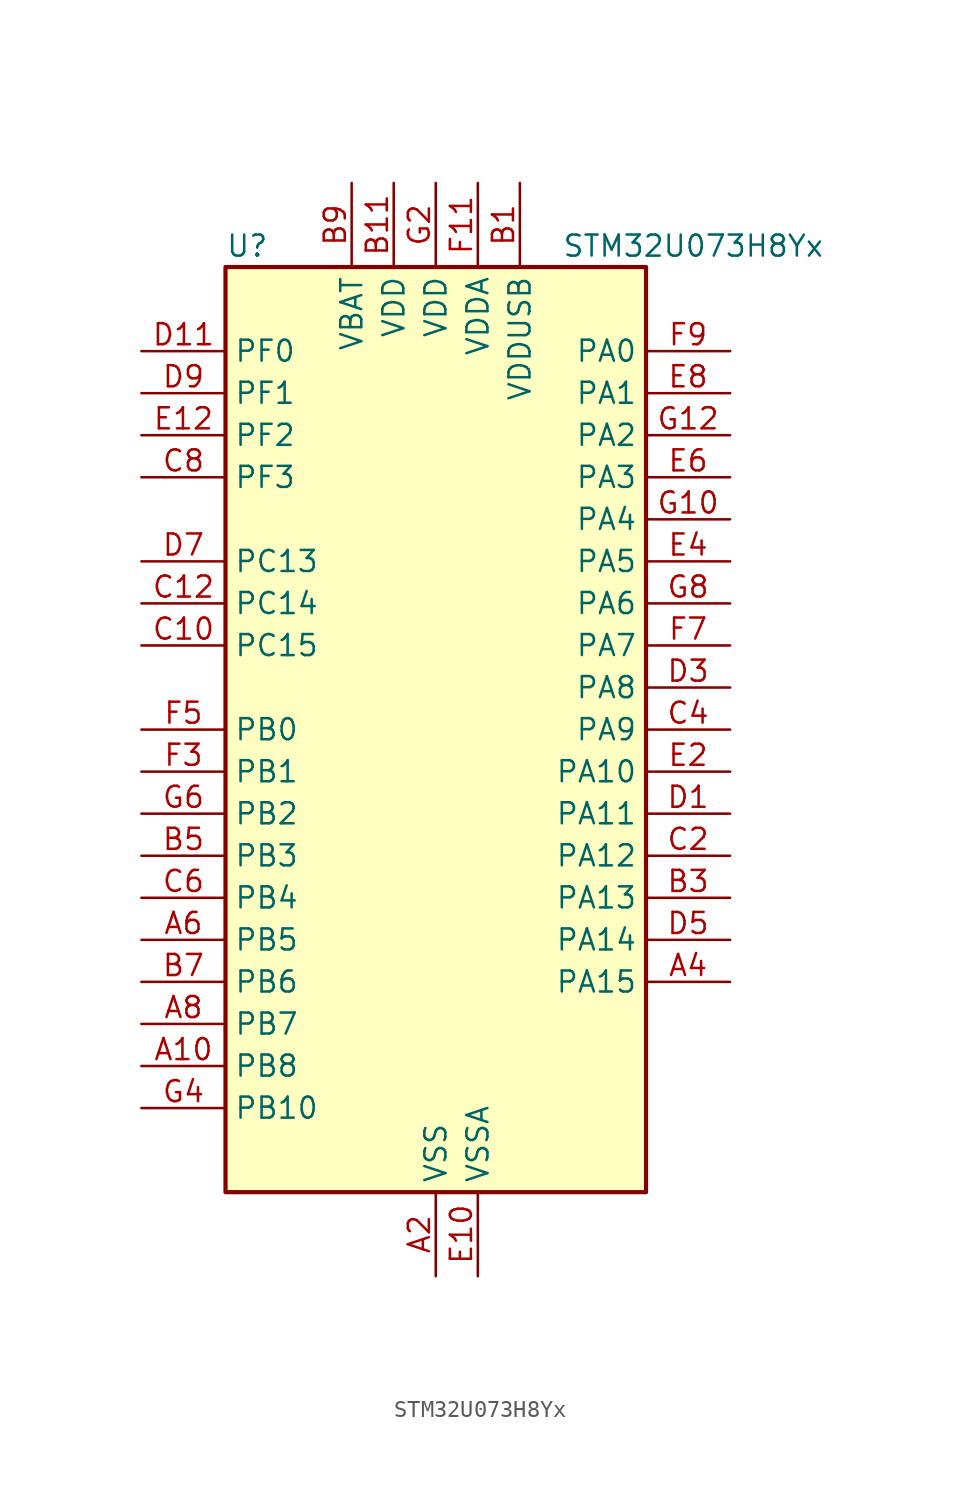
<source format=kicad_sym>
(kicad_symbol_lib
  (version 20241209)
  (generator "kicad_symbol_editor")
  (generator_version "9.0")
  (symbol "STM32U073H8Yx"
    (property "Reference" "U"
      (at -12.7 29.21 0)
      (effects (font (size 1.27 1.27)) (justify left)))
    (property "Value" "STM32U073H8Yx"
      (at 7.62 29.21 0)
      (effects (font (size 1.27 1.27)) (justify left)))
    (symbol "STM32U073H8Yx_0_1"
      (rectangle (start -12.7 -27.94) (end 12.7 27.94) (stroke (width 0.254) (type default)) (fill (type background))))
    (symbol "STM32U073H8Yx_1_1"
      (pin bidirectional line (at -17.78 22.86 0) (length 5.08) (name "PF0" (effects (font (size 1.27 1.27)))) (number "D11" (effects (font (size 1.27 1.27)))) (alternate "RCC_OSC_IN" bidirectional line))
      (pin bidirectional line (at -17.78 20.32 0) (length 5.08) (name "PF1" (effects (font (size 1.27 1.27)))) (number "D9" (effects (font (size 1.27 1.27)))) (alternate "RCC_OSC_EN" bidirectional line) (alternate "RCC_OSC_OUT" bidirectional line))
      (pin bidirectional line (at -17.78 17.78 0) (length 5.08) (name "PF2" (effects (font (size 1.27 1.27)))) (number "E12" (effects (font (size 1.27 1.27)))) (alternate "RCC_MCO" bidirectional line))
      (pin bidirectional line (at -17.78 15.24 0) (length 5.08) (name "PF3" (effects (font (size 1.27 1.27)))) (number "C8" (effects (font (size 1.27 1.27)))))
      (pin bidirectional line (at -17.78 10.16 0) (length 5.08) (name "PC13" (effects (font (size 1.27 1.27)))) (number "D7" (effects (font (size 1.27 1.27)))) (alternate "LPTIM1_CH3" bidirectional line) (alternate "LPTIM3_CH3" bidirectional line) (alternate "PWR_WKUP2" bidirectional line) (alternate "RTC_OUT1" bidirectional line) (alternate "RTC_TS" bidirectional line) (alternate "TAMP_IN1" bidirectional line))
      (pin bidirectional line (at -17.78 7.62 0) (length 5.08) (name "PC14" (effects (font (size 1.27 1.27)))) (number "C12" (effects (font (size 1.27 1.27)))) (alternate "RCC_OSC32_IN" bidirectional line))
      (pin bidirectional line (at -17.78 5.08 0) (length 5.08) (name "PC15" (effects (font (size 1.27 1.27)))) (number "C10" (effects (font (size 1.27 1.27)))) (alternate "RCC_OSC32_EN" bidirectional line) (alternate "RCC_OSC32_OUT" bidirectional line) (alternate "RCC_OSC_EN" bidirectional line))
      (pin bidirectional line (at -17.78 0 0) (length 5.08) (name "PB0" (effects (font (size 1.27 1.27)))) (number "F5" (effects (font (size 1.27 1.27)))) (alternate "ADC1_IN17" bidirectional line) (alternate "COMP1_OUT" bidirectional line) (alternate "LCD_SEG5" bidirectional line) (alternate "LPTIM3_CH1" bidirectional line) (alternate "LPUART2_CTS" bidirectional line) (alternate "SPI1_NSS" bidirectional line) (alternate "TIM1_CH2N" bidirectional line) (alternate "TIM3_CH3" bidirectional line) (alternate "TSC_G5_IO2" bidirectional line) (alternate "USART3_CK" bidirectional line))
      (pin bidirectional line (at -17.78 -2.54 0) (length 5.08) (name "PB1" (effects (font (size 1.27 1.27)))) (number "F3" (effects (font (size 1.27 1.27)))) (alternate "ADC1_IN18" bidirectional line) (alternate "COMP1_INM" bidirectional line) (alternate "LCD_SEG6" bidirectional line) (alternate "LPTIM2_IN1" bidirectional line) (alternate "LPTIM3_CH2" bidirectional line) (alternate "LPUART1_DE" bidirectional line) (alternate "LPUART1_RTS" bidirectional line) (alternate "LPUART2_DE" bidirectional line) (alternate "LPUART2_RTS" bidirectional line) (alternate "TIM1_CH3N" bidirectional line) (alternate "TIM3_CH4" bidirectional line) (alternate "TSC_SYNC" bidirectional line) (alternate "USART3_DE" bidirectional line) (alternate "USART3_RTS" bidirectional line))
      (pin bidirectional line (at -17.78 -5.08 0) (length 5.08) (name "PB2" (effects (font (size 1.27 1.27)))) (number "G6" (effects (font (size 1.27 1.27)))) (alternate "COMP1_INP" bidirectional line) (alternate "LCD_VLCD" bidirectional line) (alternate "LPTIM1_CH1" bidirectional line) (alternate "RTC_OUT2" bidirectional line))
      (pin bidirectional line (at -17.78 -7.62 0) (length 5.08) (name "PB3" (effects (font (size 1.27 1.27)))) (number "B5" (effects (font (size 1.27 1.27)))) (alternate "COMP2_INM" bidirectional line) (alternate "DEBUG_JTDO-SWO" bidirectional line) (alternate "I2C2_SCL" bidirectional line) (alternate "I2C3_SCL" bidirectional line) (alternate "LCD_SEG7" bidirectional line) (alternate "LPTIM1_CH3" bidirectional line) (alternate "SPI1_SCK" bidirectional line) (alternate "SPI3_SCK" bidirectional line) (alternate "TIM2_CH2" bidirectional line) (alternate "USART1_DE" bidirectional line) (alternate "USART1_RTS" bidirectional line))
      (pin bidirectional line (at -17.78 -10.16 0) (length 5.08) (name "PB4" (effects (font (size 1.27 1.27)))) (number "C6" (effects (font (size 1.27 1.27)))) (alternate "COMP2_INP" bidirectional line) (alternate "I2C2_SDA" bidirectional line) (alternate "I2C3_SDA" bidirectional line) (alternate "LCD_SEG8" bidirectional line) (alternate "LPTIM1_CH4" bidirectional line) (alternate "LPUART3_DE" bidirectional line) (alternate "LPUART3_RTS" bidirectional line) (alternate "SPI1_MISO" bidirectional line) (alternate "SPI3_MISO" bidirectional line) (alternate "TIM3_CH1" bidirectional line) (alternate "TSC_G2_IO1" bidirectional line) (alternate "USART1_CTS" bidirectional line))
      (pin bidirectional line (at -17.78 -12.7 0) (length 5.08) (name "PB5" (effects (font (size 1.27 1.27)))) (number "A6" (effects (font (size 1.27 1.27)))) (alternate "COMP2_OUT" bidirectional line) (alternate "LCD_SEG9" bidirectional line) (alternate "LPTIM1_IN1" bidirectional line) (alternate "LPUART3_CTS" bidirectional line) (alternate "SPI1_MOSI" bidirectional line) (alternate "SPI3_MOSI" bidirectional line) (alternate "TIM16_BKIN" bidirectional line) (alternate "TIM3_CH2" bidirectional line) (alternate "TSC_G2_IO2" bidirectional line) (alternate "USART1_CK" bidirectional line))
      (pin bidirectional line (at -17.78 -15.24 0) (length 5.08) (name "PB6" (effects (font (size 1.27 1.27)))) (number "B7" (effects (font (size 1.27 1.27)))) (alternate "COMP2_INP" bidirectional line) (alternate "I2C1_SCL" bidirectional line) (alternate "I2C2_SCL" bidirectional line) (alternate "I2C4_SCL" bidirectional line) (alternate "LPTIM1_ETR" bidirectional line) (alternate "LPUART2_TX" bidirectional line) (alternate "LPUART3_TX" bidirectional line) (alternate "TIM16_CH1N" bidirectional line) (alternate "TSC_G2_IO3" bidirectional line) (alternate "USART1_TX" bidirectional line))
      (pin bidirectional line (at -17.78 -17.78 0) (length 5.08) (name "PB7" (effects (font (size 1.27 1.27)))) (number "A8" (effects (font (size 1.27 1.27)))) (alternate "COMP2_INM" bidirectional line) (alternate "I2C1_SDA" bidirectional line) (alternate "I2C2_SDA" bidirectional line) (alternate "I2C4_SDA" bidirectional line) (alternate "LCD_SEG21" bidirectional line) (alternate "LPTIM1_IN2" bidirectional line) (alternate "LPUART2_RX" bidirectional line) (alternate "LPUART3_RX" bidirectional line) (alternate "PWR_PVD_IN" bidirectional line) (alternate "TSC_G2_IO4" bidirectional line) (alternate "USART1_RX" bidirectional line) (alternate "USART4_CTS" bidirectional line))
      (pin bidirectional line (at -17.78 -20.32 0) (length 5.08) (name "PB8" (effects (font (size 1.27 1.27)))) (number "A10" (effects (font (size 1.27 1.27)))) (alternate "I2C1_SCL" bidirectional line) (alternate "I2C2_SCL" bidirectional line) (alternate "LCD_SEG16" bidirectional line) (alternate "LPTIM1_IN2" bidirectional line) (alternate "LPTIM3_IN2" bidirectional line) (alternate "TIM16_CH1" bidirectional line) (alternate "USART3_TX" bidirectional line))
      (pin bidirectional line (at -17.78 -22.86 0) (length 5.08) (name "PB10" (effects (font (size 1.27 1.27)))) (number "G4" (effects (font (size 1.27 1.27)))) (alternate "COMP1_OUT" bidirectional line) (alternate "I2C2_SCL" bidirectional line) (alternate "I2C4_SCL" bidirectional line) (alternate "LCD_SEG10" bidirectional line) (alternate "LPTIM3_CH1" bidirectional line) (alternate "LPUART1_RX" bidirectional line) (alternate "LPUART2_RX" bidirectional line) (alternate "SPI2_SCK" bidirectional line) (alternate "TIM2_CH3" bidirectional line) (alternate "TSC_G5_IO3" bidirectional line) (alternate "USART3_TX" bidirectional line))
      (pin power_in line (at -5.08 33.02 270) (length 5.08) (name "VBAT" (effects (font (size 1.27 1.27)))) (number "B9" (effects (font (size 1.27 1.27)))))
      (pin power_in line (at -2.54 33.02 270) (length 5.08) (name "VDD" (effects (font (size 1.27 1.27)))) (number "B11" (effects (font (size 1.27 1.27)))))
      (pin power_in line (at 0 33.02 270) (length 5.08) (name "VDD" (effects (font (size 1.27 1.27)))) (number "G2" (effects (font (size 1.27 1.27)))))
      (pin passive line (at 0 -33.02 90) (length 5.08) (hide yes) (name "VSS" (effects (font (size 1.27 1.27)))) (number "A12" (effects (font (size 1.27 1.27)))))
      (pin power_in line (at 0 -33.02 90) (length 5.08) (name "VSS" (effects (font (size 1.27 1.27)))) (number "A2" (effects (font (size 1.27 1.27)))))
      (pin passive line (at 0 -33.02 90) (length 5.08) (hide yes) (name "VSS" (effects (font (size 1.27 1.27)))) (number "F1" (effects (font (size 1.27 1.27)))))
      (pin power_in line (at 2.54 33.02 270) (length 5.08) (name "VDDA" (effects (font (size 1.27 1.27)))) (number "F11" (effects (font (size 1.27 1.27)))))
      (pin power_in line (at 2.54 -33.02 90) (length 5.08) (name "VSSA" (effects (font (size 1.27 1.27)))) (number "E10" (effects (font (size 1.27 1.27)))))
      (pin power_in line (at 5.08 33.02 270) (length 5.08) (name "VDDUSB" (effects (font (size 1.27 1.27)))) (number "B1" (effects (font (size 1.27 1.27)))))
      (pin bidirectional line (at 17.78 22.86 180) (length 5.08) (name "PA0" (effects (font (size 1.27 1.27)))) (number "F9" (effects (font (size 1.27 1.27)))) (alternate "ADC1_IN4" bidirectional line) (alternate "COMP1_INM" bidirectional line) (alternate "COMP1_OUT" bidirectional line) (alternate "LCD_SEG42" bidirectional line) (alternate "OPAMP1_VINP" bidirectional line) (alternate "PWR_WKUP1" bidirectional line) (alternate "TAMP_IN2" bidirectional line) (alternate "TIM2_CH1" bidirectional line) (alternate "TIM2_ETR" bidirectional line) (alternate "USART2_CTS" bidirectional line) (alternate "USART4_TX" bidirectional line))
      (pin bidirectional line (at 17.78 20.32 180) (length 5.08) (name "PA1" (effects (font (size 1.27 1.27)))) (number "E8" (effects (font (size 1.27 1.27)))) (alternate "ADC1_IN5" bidirectional line) (alternate "COMP1_INP" bidirectional line) (alternate "LCD_SEG0" bidirectional line) (alternate "LPTIM1_CH2" bidirectional line) (alternate "OPAMP1_VINM" bidirectional line) (alternate "PWR_WKUP3" bidirectional line) (alternate "SPI1_SCK" bidirectional line) (alternate "SPI2_SCK" bidirectional line) (alternate "TAMP_IN5" bidirectional line) (alternate "TIM15_CH1N" bidirectional line) (alternate "TIM2_CH2" bidirectional line) (alternate "USART2_DE" bidirectional line) (alternate "USART2_RTS" bidirectional line) (alternate "USART4_RX" bidirectional line))
      (pin bidirectional line (at 17.78 17.78 180) (length 5.08) (name "PA2" (effects (font (size 1.27 1.27)))) (number "G12" (effects (font (size 1.27 1.27)))) (alternate "ADC1_IN6" bidirectional line) (alternate "COMP2_INM" bidirectional line) (alternate "COMP2_OUT" bidirectional line) (alternate "LCD_SEG1" bidirectional line) (alternate "LPUART1_TX" bidirectional line) (alternate "PWR_WKUP4" bidirectional line) (alternate "RCC_LSCO" bidirectional line) (alternate "TIM15_CH1" bidirectional line) (alternate "TIM2_CH3" bidirectional line) (alternate "USART2_TX" bidirectional line))
      (pin bidirectional line (at 17.78 15.24 180) (length 5.08) (name "PA3" (effects (font (size 1.27 1.27)))) (number "E6" (effects (font (size 1.27 1.27)))) (alternate "ADC1_IN7" bidirectional line) (alternate "COMP2_INP" bidirectional line) (alternate "LCD_SEG2" bidirectional line) (alternate "LPUART1_RX" bidirectional line) (alternate "OPAMP1_VOUT" bidirectional line) (alternate "TIM15_CH2" bidirectional line) (alternate "TIM2_CH4" bidirectional line) (alternate "USART2_RX" bidirectional line))
      (pin bidirectional line (at 17.78 12.7 180) (length 5.08) (name "PA4" (effects (font (size 1.27 1.27)))) (number "G10" (effects (font (size 1.27 1.27)))) (alternate "ADC1_IN8" bidirectional line) (alternate "COMP1_INM" bidirectional line) (alternate "COMP2_INM" bidirectional line) (alternate "DAC1_OUT1" bidirectional line) (alternate "LCD_SEG43" bidirectional line) (alternate "LPTIM2_CH1" bidirectional line) (alternate "LPUART3_TX" bidirectional line) (alternate "SPI1_NSS" bidirectional line) (alternate "SPI3_NSS" bidirectional line) (alternate "USART2_CK" bidirectional line))
      (pin bidirectional line (at 17.78 10.16 180) (length 5.08) (name "PA5" (effects (font (size 1.27 1.27)))) (number "E4" (effects (font (size 1.27 1.27)))) (alternate "ADC1_IN9" bidirectional line) (alternate "COMP1_INM" bidirectional line) (alternate "COMP2_INM" bidirectional line) (alternate "LCD_SEG44" bidirectional line) (alternate "LPTIM2_ETR" bidirectional line) (alternate "LPUART3_RX" bidirectional line) (alternate "SPI1_SCK" bidirectional line) (alternate "TIM2_CH1" bidirectional line) (alternate "TIM2_ETR" bidirectional line) (alternate "USART3_TX" bidirectional line))
      (pin bidirectional line (at 17.78 7.62 180) (length 5.08) (name "PA6" (effects (font (size 1.27 1.27)))) (number "G8" (effects (font (size 1.27 1.27)))) (alternate "ADC1_IN10" bidirectional line) (alternate "COMP1_OUT" bidirectional line) (alternate "I2C2_SDA" bidirectional line) (alternate "I2C3_SDA" bidirectional line) (alternate "LCD_SEG3" bidirectional line) (alternate "LPUART1_CTS" bidirectional line) (alternate "SPI1_MISO" bidirectional line) (alternate "TIM16_CH1" bidirectional line) (alternate "TIM1_BKIN" bidirectional line) (alternate "TIM3_CH1" bidirectional line) (alternate "TSC_G5_IO1" bidirectional line) (alternate "USART3_CTS" bidirectional line))
      (pin bidirectional line (at 17.78 5.08 180) (length 5.08) (name "PA7" (effects (font (size 1.27 1.27)))) (number "F7" (effects (font (size 1.27 1.27)))) (alternate "ADC1_IN14" bidirectional line) (alternate "COMP2_OUT" bidirectional line) (alternate "I2C2_SCL" bidirectional line) (alternate "I2C3_SCL" bidirectional line) (alternate "LCD_SEG4" bidirectional line) (alternate "LPTIM2_CH2" bidirectional line) (alternate "SPI1_MOSI" bidirectional line) (alternate "TIM1_CH1N" bidirectional line) (alternate "TIM3_CH2" bidirectional line) (alternate "USART3_RX" bidirectional line))
      (pin bidirectional line (at 17.78 2.54 180) (length 5.08) (name "PA8" (effects (font (size 1.27 1.27)))) (number "D3" (effects (font (size 1.27 1.27)))) (alternate "LCD_COM0" bidirectional line) (alternate "LPTIM2_CH1" bidirectional line) (alternate "RCC_MCO" bidirectional line) (alternate "RCC_MCO2" bidirectional line) (alternate "TIM1_CH1" bidirectional line) (alternate "TSC_G7_IO1" bidirectional line) (alternate "USART1_CK" bidirectional line))
      (pin bidirectional line (at 17.78 0 180) (length 5.08) (name "PA9" (effects (font (size 1.27 1.27)))) (number "C4" (effects (font (size 1.27 1.27)))) (alternate "COMP1_INP" bidirectional line) (alternate "DAC1_EXTI9" bidirectional line) (alternate "I2C1_SCL" bidirectional line) (alternate "I2C2_SCL" bidirectional line) (alternate "LCD_COM1" bidirectional line) (alternate "RCC_MCO" bidirectional line) (alternate "TIM15_BKIN" bidirectional line) (alternate "TIM1_CH2" bidirectional line) (alternate "TSC_G7_IO2" bidirectional line) (alternate "USART1_TX" bidirectional line))
      (pin bidirectional line (at 17.78 -2.54 180) (length 5.08) (name "PA10" (effects (font (size 1.27 1.27)))) (number "E2" (effects (font (size 1.27 1.27)))) (alternate "CRS_SYNC" bidirectional line) (alternate "I2C1_SDA" bidirectional line) (alternate "I2C2_SDA" bidirectional line) (alternate "LCD_COM2" bidirectional line) (alternate "RCC_MCO2" bidirectional line) (alternate "SPI2_NSS" bidirectional line) (alternate "TIM1_CH3" bidirectional line) (alternate "TSC_G7_IO3" bidirectional line) (alternate "USART1_RX" bidirectional line))
      (pin bidirectional line (at 17.78 -5.08 180) (length 5.08) (name "PA11" (effects (font (size 1.27 1.27)))) (number "D1" (effects (font (size 1.27 1.27)))) (alternate "ADC1_EXTI11" bidirectional line) (alternate "COMP1_OUT" bidirectional line) (alternate "SPI1_MISO" bidirectional line) (alternate "SPI2_MISO" bidirectional line) (alternate "TIM1_BKIN2" bidirectional line) (alternate "TIM1_CH4" bidirectional line) (alternate "USART1_CTS" bidirectional line) (alternate "USB_DM" bidirectional line))
      (pin bidirectional line (at 17.78 -7.62 180) (length 5.08) (name "PA12" (effects (font (size 1.27 1.27)))) (number "C2" (effects (font (size 1.27 1.27)))) (alternate "SPI1_MOSI" bidirectional line) (alternate "SPI2_MOSI" bidirectional line) (alternate "TIM1_ETR" bidirectional line) (alternate "USART1_DE" bidirectional line) (alternate "USART1_RTS" bidirectional line) (alternate "USB_DP" bidirectional line))
      (pin bidirectional line (at 17.78 -10.16 180) (length 5.08) (name "PA13" (effects (font (size 1.27 1.27)))) (number "B3" (effects (font (size 1.27 1.27)))) (alternate "DEBUG_JTMS-SWDIO" bidirectional line) (alternate "IR_OUT" bidirectional line) (alternate "LCD_SEG40" bidirectional line) (alternate "TSC_G7_IO4" bidirectional line) (alternate "USB_NOE" bidirectional line))
      (pin bidirectional line (at 17.78 -12.7 180) (length 5.08) (name "PA14" (effects (font (size 1.27 1.27)))) (number "D5" (effects (font (size 1.27 1.27)))) (alternate "DEBUG_JTCK-SWCLK" bidirectional line) (alternate "LCD_SEG41" bidirectional line) (alternate "LPTIM1_CH1" bidirectional line) (alternate "TSC_G3_IO4" bidirectional line))
      (pin bidirectional line (at 17.78 -15.24 180) (length 5.08) (name "PA15" (effects (font (size 1.27 1.27)))) (number "A4" (effects (font (size 1.27 1.27)))) (alternate "DEBUG_JTDI" bidirectional line) (alternate "LCD_SEG17" bidirectional line) (alternate "LPTIM3_CH3" bidirectional line) (alternate "LPTIM3_IN2" bidirectional line) (alternate "SPI1_NSS" bidirectional line) (alternate "SPI3_NSS" bidirectional line) (alternate "TIM2_CH1" bidirectional line) (alternate "TIM2_ETR" bidirectional line) (alternate "TSC_G3_IO1" bidirectional line) (alternate "USART2_RX" bidirectional line) (alternate "USART3_DE" bidirectional line) (alternate "USART3_RTS" bidirectional line) (alternate "USART4_DE" bidirectional line) (alternate "USART4_RTS" bidirectional line)))))
</source>
